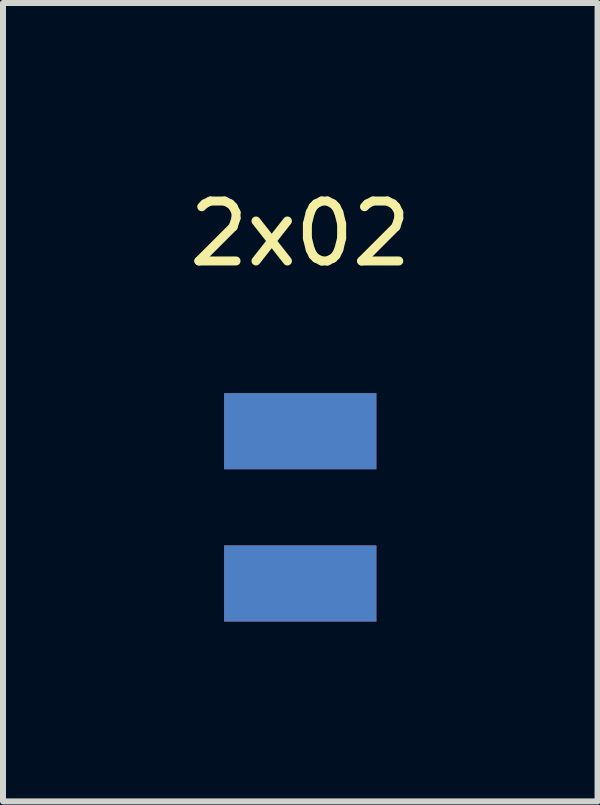
<source format=kicad_pcb>
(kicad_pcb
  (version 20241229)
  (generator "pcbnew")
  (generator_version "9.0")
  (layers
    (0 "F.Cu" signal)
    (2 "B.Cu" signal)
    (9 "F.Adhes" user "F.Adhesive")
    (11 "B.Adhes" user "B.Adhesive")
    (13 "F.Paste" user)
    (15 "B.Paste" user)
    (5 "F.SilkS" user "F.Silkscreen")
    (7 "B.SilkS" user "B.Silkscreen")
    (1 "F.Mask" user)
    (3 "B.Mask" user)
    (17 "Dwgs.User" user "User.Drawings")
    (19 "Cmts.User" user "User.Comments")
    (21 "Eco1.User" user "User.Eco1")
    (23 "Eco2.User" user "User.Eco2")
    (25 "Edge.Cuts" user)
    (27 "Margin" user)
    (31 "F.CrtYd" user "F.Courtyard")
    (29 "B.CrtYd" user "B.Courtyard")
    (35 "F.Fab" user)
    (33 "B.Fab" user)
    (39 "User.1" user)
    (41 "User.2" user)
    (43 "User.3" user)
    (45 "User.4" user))
  (footprint "2x02"
    (layer "F.Cu")
    (at 1.958 1.348)
    (property "Reference" "2x02" (at 0 -0.5 0) (unlocked yes) (layer "F.SilkS") (effects (font (size 1 1) (thickness 0.15))))
    (attr smd)
    (pad "1" smd rect (at 0 2.794) (size 2.54 1.27) (layers "F.Cu" "F.Mask" "F.Paste"))
    (pad "2" smd rect (at 0 5.334) (size 2.54 1.27) (layers "F.Cu" "F.Mask" "F.Paste"))
    (pad "3" smd rect (at 0 2.794) (size 2.54 1.27) (layers "B.Cu" "B.Mask" "B.Paste"))
    (pad "4" smd rect (at 0 5.334) (size 2.54 1.27) (layers "B.Cu" "B.Mask" "B.Paste")))
  (gr_rect
    (start -3 -3)
    (end 6.917 10.317)
    (stroke (width 0.1) (type default))
    (fill no)
    (layer "Edge.Cuts")))
</source>
